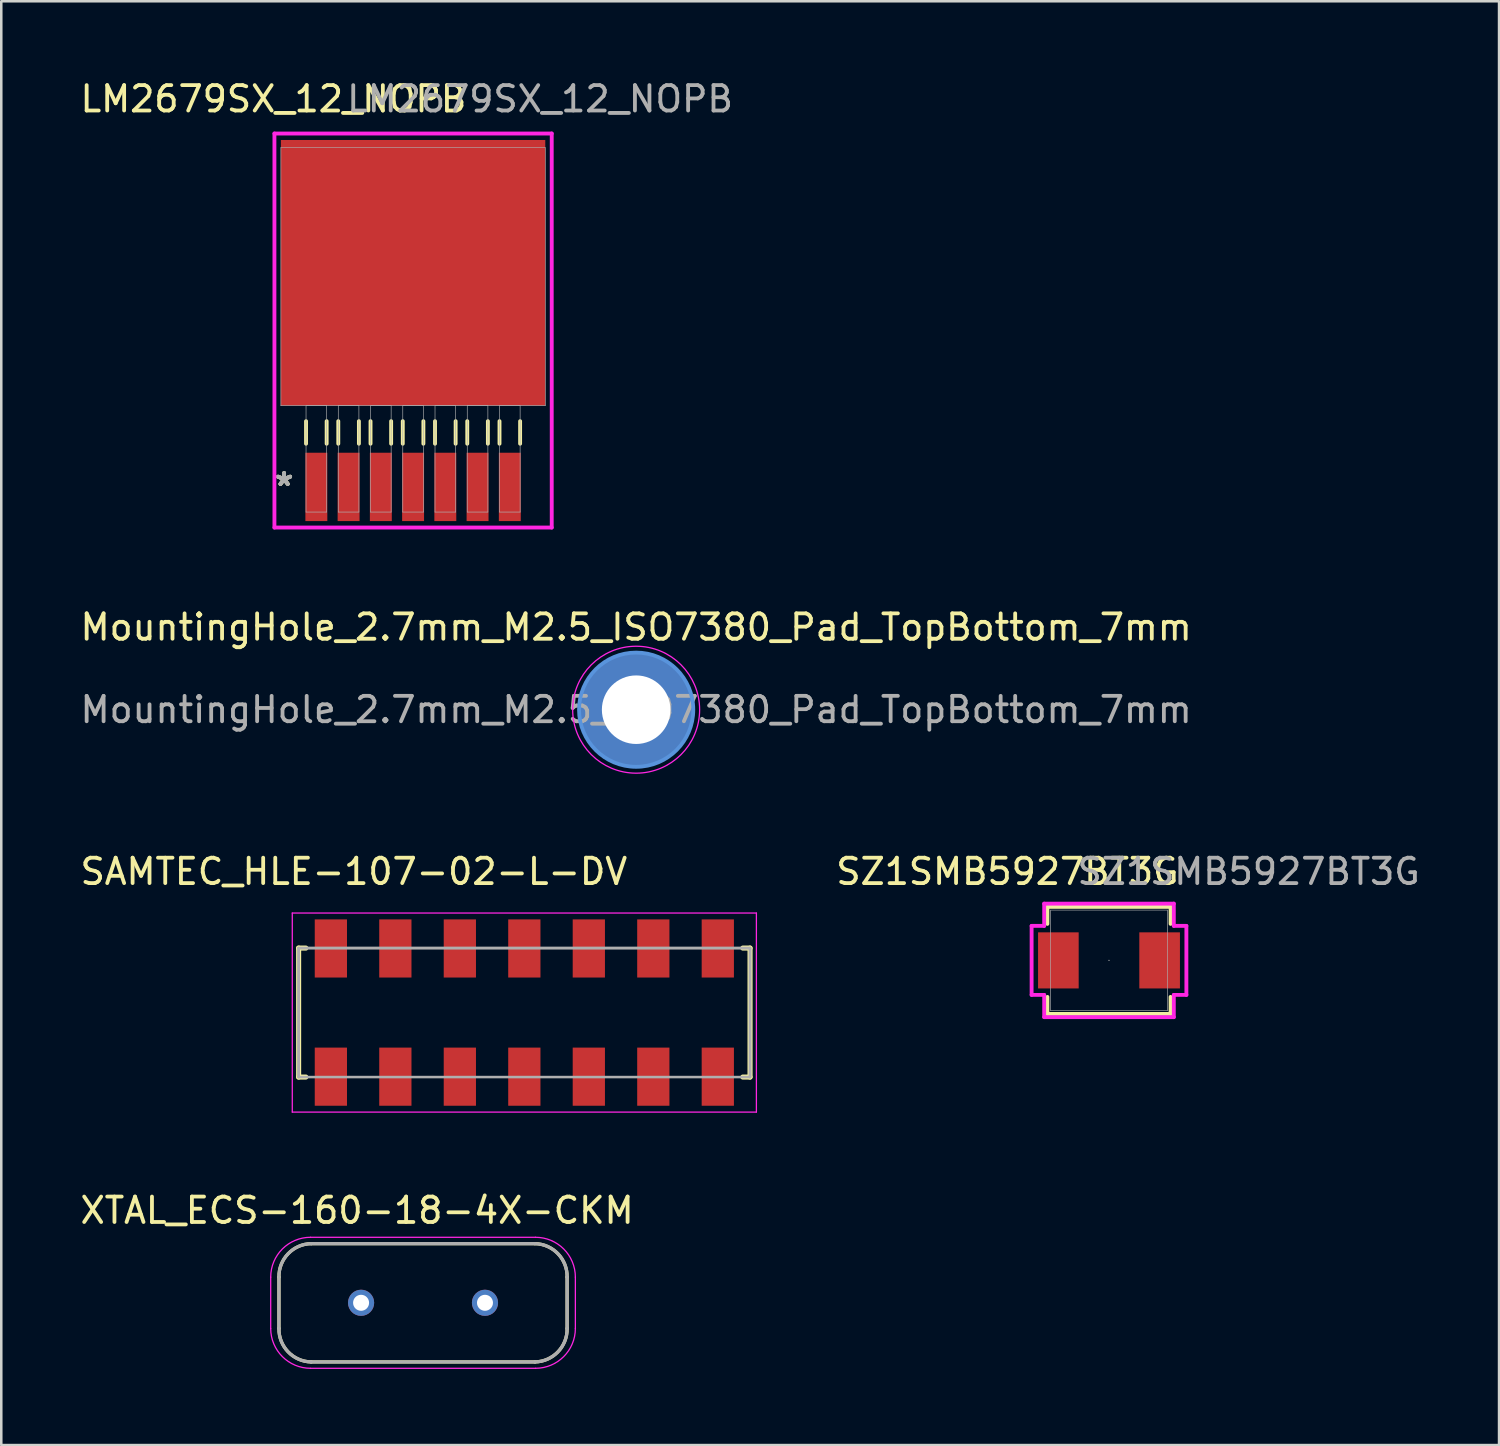
<source format=kicad_pcb>
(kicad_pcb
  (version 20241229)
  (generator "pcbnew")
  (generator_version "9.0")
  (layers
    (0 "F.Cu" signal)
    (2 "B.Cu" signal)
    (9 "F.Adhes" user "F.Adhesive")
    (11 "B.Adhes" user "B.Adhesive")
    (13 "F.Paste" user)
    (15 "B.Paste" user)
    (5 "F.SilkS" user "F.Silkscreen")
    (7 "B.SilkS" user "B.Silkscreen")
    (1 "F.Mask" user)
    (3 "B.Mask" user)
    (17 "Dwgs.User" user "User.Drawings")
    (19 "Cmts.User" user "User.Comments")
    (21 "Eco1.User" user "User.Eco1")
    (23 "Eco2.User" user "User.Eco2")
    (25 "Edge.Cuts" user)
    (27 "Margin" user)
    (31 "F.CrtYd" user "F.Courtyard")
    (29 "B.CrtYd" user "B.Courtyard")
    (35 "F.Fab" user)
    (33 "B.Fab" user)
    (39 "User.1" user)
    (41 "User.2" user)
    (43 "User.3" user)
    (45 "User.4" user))
  (footprint "LM2679SX_12_NOPB"
    (layer "F.Cu")
    (at 13.22 7.848)
    (property "Reference" "LM2679SX_12_NOPB" (at -5.5 -7 0) (unlocked yes) (layer "F.SilkS") (effects (font (size 1 1) (thickness 0.15))))
    (attr smd)
    (fp_line (start -4.216 5.69) (end -4.216 6.579) (stroke (width 0.152) (type solid)) (layer "F.SilkS"))
    (fp_line (start -3.404 5.69) (end -3.404 6.579) (stroke (width 0.152) (type solid)) (layer "F.SilkS"))
    (fp_line (start -2.946 5.69) (end -2.946 6.579) (stroke (width 0.152) (type solid)) (layer "F.SilkS"))
    (fp_line (start -2.134 5.69) (end -2.134 6.579) (stroke (width 0.152) (type solid)) (layer "F.SilkS"))
    (fp_line (start -1.676 5.69) (end -1.676 6.579) (stroke (width 0.152) (type solid)) (layer "F.SilkS"))
    (fp_line (start -0.864 5.69) (end -0.864 6.579) (stroke (width 0.152) (type solid)) (layer "F.SilkS"))
    (fp_line (start -0.406 5.69) (end -0.406 6.579) (stroke (width 0.152) (type solid)) (layer "F.SilkS"))
    (fp_line (start 0.406 5.69) (end 0.406 6.579) (stroke (width 0.152) (type solid)) (layer "F.SilkS"))
    (fp_line (start 0.864 5.69) (end 0.864 6.579) (stroke (width 0.152) (type solid)) (layer "F.SilkS"))
    (fp_line (start 1.676 5.69) (end 1.676 6.579) (stroke (width 0.152) (type solid)) (layer "F.SilkS"))
    (fp_line (start 2.134 5.69) (end 2.134 6.579) (stroke (width 0.152) (type solid)) (layer "F.SilkS"))
    (fp_line (start 2.946 5.69) (end 2.946 6.579) (stroke (width 0.152) (type solid)) (layer "F.SilkS"))
    (fp_line (start 3.404 5.69) (end 3.404 6.579) (stroke (width 0.152) (type solid)) (layer "F.SilkS"))
    (fp_line (start 4.216 5.69) (end 4.216 6.579) (stroke (width 0.152) (type solid)) (layer "F.SilkS"))
    (fp_line (start -5.461 -5.639) (end 5.461 -5.639) (stroke (width 0.152) (type solid)) (layer "F.CrtYd"))
    (fp_line (start -5.461 9.881) (end -5.461 -5.639) (stroke (width 0.152) (type solid)) (layer "F.CrtYd"))
    (fp_line (start 5.461 -5.639) (end 5.461 9.881) (stroke (width 0.152) (type solid)) (layer "F.CrtYd"))
    (fp_line (start 5.461 9.881) (end -5.461 9.881) (stroke (width 0.152) (type solid)) (layer "F.CrtYd"))
    (fp_line (start -5.207 -5.08) (end -5.207 5.08) (stroke (width 0.025) (type solid)) (layer "F.Fab"))
    (fp_line (start -5.207 5.08) (end 5.207 5.08) (stroke (width 0.025) (type solid)) (layer "F.Fab"))
    (fp_line (start -4.216 5.08) (end -4.216 9.271) (stroke (width 0.025) (type solid)) (layer "F.Fab"))
    (fp_line (start -4.216 9.271) (end -3.404 9.271) (stroke (width 0.025) (type solid)) (layer "F.Fab"))
    (fp_line (start -3.404 5.08) (end -4.216 5.08) (stroke (width 0.025) (type solid)) (layer "F.Fab"))
    (fp_line (start -3.404 9.271) (end -3.404 5.08) (stroke (width 0.025) (type solid)) (layer "F.Fab"))
    (fp_line (start -2.946 5.08) (end -2.946 9.271) (stroke (width 0.025) (type solid)) (layer "F.Fab"))
    (fp_line (start -2.946 9.271) (end -2.134 9.271) (stroke (width 0.025) (type solid)) (layer "F.Fab"))
    (fp_line (start -2.134 5.08) (end -2.946 5.08) (stroke (width 0.025) (type solid)) (layer "F.Fab"))
    (fp_line (start -2.134 9.271) (end -2.134 5.08) (stroke (width 0.025) (type solid)) (layer "F.Fab"))
    (fp_line (start -1.676 5.08) (end -1.676 9.271) (stroke (width 0.025) (type solid)) (layer "F.Fab"))
    (fp_line (start -1.676 9.271) (end -0.864 9.271) (stroke (width 0.025) (type solid)) (layer "F.Fab"))
    (fp_line (start -0.864 5.08) (end -1.676 5.08) (stroke (width 0.025) (type solid)) (layer "F.Fab"))
    (fp_line (start -0.864 9.271) (end -0.864 5.08) (stroke (width 0.025) (type solid)) (layer "F.Fab"))
    (fp_line (start -0.406 5.08) (end -0.406 9.271) (stroke (width 0.025) (type solid)) (layer "F.Fab"))
    (fp_line (start -0.406 9.271) (end 0.406 9.271) (stroke (width 0.025) (type solid)) (layer "F.Fab"))
    (fp_line (start 0.406 5.08) (end -0.406 5.08) (stroke (width 0.025) (type solid)) (layer "F.Fab"))
    (fp_line (start 0.406 9.271) (end 0.406 5.08) (stroke (width 0.025) (type solid)) (layer "F.Fab"))
    (fp_line (start 0.864 5.08) (end 0.864 9.271) (stroke (width 0.025) (type solid)) (layer "F.Fab"))
    (fp_line (start 0.864 9.271) (end 1.676 9.271) (stroke (width 0.025) (type solid)) (layer "F.Fab"))
    (fp_line (start 1.676 5.08) (end 0.864 5.08) (stroke (width 0.025) (type solid)) (layer "F.Fab"))
    (fp_line (start 1.676 9.271) (end 1.676 5.08) (stroke (width 0.025) (type solid)) (layer "F.Fab"))
    (fp_line (start 2.134 5.08) (end 2.134 9.271) (stroke (width 0.025) (type solid)) (layer "F.Fab"))
    (fp_line (start 2.134 9.271) (end 2.946 9.271) (stroke (width 0.025) (type solid)) (layer "F.Fab"))
    (fp_line (start 2.946 5.08) (end 2.134 5.08) (stroke (width 0.025) (type solid)) (layer "F.Fab"))
    (fp_line (start 2.946 9.271) (end 2.946 5.08) (stroke (width 0.025) (type solid)) (layer "F.Fab"))
    (fp_line (start 3.404 5.08) (end 3.404 9.271) (stroke (width 0.025) (type solid)) (layer "F.Fab"))
    (fp_line (start 3.404 9.271) (end 4.216 9.271) (stroke (width 0.025) (type solid)) (layer "F.Fab"))
    (fp_line (start 4.216 5.08) (end 3.404 5.08) (stroke (width 0.025) (type solid)) (layer "F.Fab"))
    (fp_line (start 4.216 9.271) (end 4.216 5.08) (stroke (width 0.025) (type solid)) (layer "F.Fab"))
    (fp_line (start 5.207 -5.08) (end -5.207 -5.08) (stroke (width 0.025) (type solid)) (layer "F.Fab"))
    (fp_line (start 5.207 5.08) (end 5.207 -5.08) (stroke (width 0.025) (type solid)) (layer "F.Fab"))
    (fp_text user "*" (at -5.08 8.28 0) (unlocked yes) (layer "F.SilkS") (effects (font (size 1 1) (thickness 0.15))))
    (fp_text user "*" (at -5.08 8.28 0) (layer "F.SilkS") (effects (font (size 1 1) (thickness 0.15))))
    (fp_text user "${REFERENCE}" (at 5 -7 0) (unlocked yes) (layer "F.Fab") (effects (font (size 1 1) (thickness 0.15))))
    (fp_text user "*" (at -5.08 8.28 0) (unlocked yes) (layer "F.Fab") (effects (font (size 1 1) (thickness 0.15))))
    (fp_text user "*" (at -5.08 8.28 0) (layer "F.Fab") (effects (font (size 1 1) (thickness 0.15))))
    (pad "1" smd rect (at -3.81 8.28) (size 0.864 2.692) (layers "F.Cu" "F.Mask" "F.Paste"))
    (pad "2" smd rect (at -2.54 8.28) (size 0.864 2.692) (layers "F.Cu" "F.Mask" "F.Paste"))
    (pad "3" smd rect (at -1.27 8.28) (size 0.864 2.692) (layers "F.Cu" "F.Mask" "F.Paste"))
    (pad "4" smd rect (at 0 8.28) (size 0.864 2.692) (layers "F.Cu" "F.Mask" "F.Paste"))
    (pad "5" smd rect (at 1.27 8.28) (size 0.864 2.692) (layers "F.Cu" "F.Mask" "F.Paste"))
    (pad "6" smd rect (at 2.54 8.28) (size 0.864 2.692) (layers "F.Cu" "F.Mask" "F.Paste"))
    (pad "7" smd rect (at 3.81 8.28) (size 0.864 2.692) (layers "F.Cu" "F.Mask" "F.Paste"))
    (pad "8" smd rect (at 0 -0.152) (size 10.414 10.465) (layers "F.Cu" "F.Mask" "F.Paste")))
  (footprint "XTAL_ECS-160-18-4X-CKM"
    (layer "F.Cu")
    (at 13.612 48.263)
    (property "Reference" "XTAL_ECS-160-18-4X-CKM" (at -2.597 -3.638 0) (layer "F.SilkS") (effects (font (size 1.001 1.001) (thickness 0.15))))
    (attr through_hole)
    (fp_line (start -5.675 1.01) (end -5.675 -1.01) (stroke (width 0.127) (type solid)) (layer "F.SilkS"))
    (fp_line (start -4.405 -2.33) (end 4.405 -2.33) (stroke (width 0.127) (type solid)) (layer "F.SilkS"))
    (fp_line (start 4.405 2.33) (end -4.405 2.33) (stroke (width 0.127) (type solid)) (layer "F.SilkS"))
    (fp_line (start 5.675 -1.01) (end 5.675 1.01) (stroke (width 0.127) (type solid)) (layer "F.SilkS"))
    (fp_arc (start -5.675 -1.01) (mid -5.313381 -1.933026) (end -4.405 -2.33) (stroke (width 0.127) (type solid)) (layer "F.SilkS"))
    (fp_arc (start -4.405 2.33) (mid -5.313381 1.933026) (end -5.675 1.01) (stroke (width 0.127) (type solid)) (layer "F.SilkS"))
    (fp_arc (start 4.405 -2.33) (mid 5.313381 -1.933026) (end 5.675 -1.01) (stroke (width 0.127) (type solid)) (layer "F.SilkS"))
    (fp_arc (start 5.675 1.01) (mid 5.313381 1.933026) (end 4.405 2.33) (stroke (width 0.127) (type solid)) (layer "F.SilkS"))
    (fp_line (start -6 1.01) (end -6 -1.01) (stroke (width 0.05) (type solid)) (layer "F.CrtYd"))
    (fp_line (start -4.43 -2.58) (end 4.43 -2.58) (stroke (width 0.05) (type solid)) (layer "F.CrtYd"))
    (fp_line (start 4.43 2.58) (end -4.43 2.58) (stroke (width 0.05) (type solid)) (layer "F.CrtYd"))
    (fp_line (start 6 -1.01) (end 6 1.01) (stroke (width 0.05) (type solid)) (layer "F.CrtYd"))
    (fp_arc (start -6 -1.01) (mid -5.540158 -2.120158) (end -4.43 -2.58) (stroke (width 0.05) (type solid)) (layer "F.CrtYd"))
    (fp_arc (start -4.43 2.58) (mid -5.540158 2.120158) (end -6 1.01) (stroke (width 0.05) (type solid)) (layer "F.CrtYd"))
    (fp_arc (start 4.43 -2.58) (mid 5.540158 -2.120158) (end 6 -1.01) (stroke (width 0.05) (type solid)) (layer "F.CrtYd"))
    (fp_arc (start 6 1.01) (mid 5.540158 2.120158) (end 4.43 2.58) (stroke (width 0.05) (type solid)) (layer "F.CrtYd"))
    (fp_line (start -5.675 1.01) (end -5.675 -1.01) (stroke (width 0.127) (type solid)) (layer "F.Fab"))
    (fp_line (start -4.405 -2.33) (end 4.405 -2.33) (stroke (width 0.127) (type solid)) (layer "F.Fab"))
    (fp_line (start 4.405 2.33) (end -4.405 2.33) (stroke (width 0.127) (type solid)) (layer "F.Fab"))
    (fp_line (start 5.675 -1.01) (end 5.675 1.01) (stroke (width 0.127) (type solid)) (layer "F.Fab"))
    (fp_arc (start -5.675 -1.01) (mid -5.313381 -1.933026) (end -4.405 -2.33) (stroke (width 0.127) (type solid)) (layer "F.Fab"))
    (fp_arc (start -4.405 2.33) (mid -5.313381 1.933026) (end -5.675 1.01) (stroke (width 0.127) (type solid)) (layer "F.Fab"))
    (fp_arc (start 4.405 -2.33) (mid 5.313381 -1.933026) (end 5.675 -1.01) (stroke (width 0.127) (type solid)) (layer "F.Fab"))
    (fp_arc (start 5.675 1.01) (mid 5.313381 1.933026) (end 4.405 2.33) (stroke (width 0.127) (type solid)) (layer "F.Fab"))
    (pad "1" thru_hole circle (at -2.44 0) (size 1.03 1.03) (drill 0.63) (layers "*.Cu" "*.Mask"))
    (pad "2" thru_hole circle (at 2.44 0) (size 1.03 1.03) (drill 0.63) (layers "*.Cu" "*.Mask")))
  (footprint "MountingHole_2.7mm_M2.5_ISO7380_Pad_TopBottom_7mm"
    (layer "F.Cu")
    (at 22.006 24.903)
    (property "Reference" "MountingHole_2.7mm_M2.5_ISO7380_Pad_TopBottom_7mm" (at 0 -3.25 0) (layer "F.SilkS") (effects (font (size 1 1) (thickness 0.15))))
    (attr exclude_from_pos_files exclude_from_bom)
    (fp_circle (center 0 0) (end 2.25 0) (stroke (width 0.15) (type solid)) (fill no) (layer "Cmts.User"))
    (fp_circle (center 0 0) (end 2.5 0) (stroke (width 0.05) (type solid)) (fill no) (layer "F.CrtYd"))
    (fp_text user "${REFERENCE}" (at 0 0 0) (layer "F.Fab") (effects (font (size 1 1) (thickness 0.15))))
    (pad "1" thru_hole circle (at 0 0) (size 3.1 3.1) (drill 2.7) (layers "*.Cu" "*.Mask"))
    (pad "1" connect circle (at 0 0) (size 4.5 4.5) (layers "F.Cu" "F.Mask"))
    (pad "1" connect circle (at 0 0) (size 4.5 4.5) (layers "B.Cu" "B.Mask")))
  (footprint "SAMTEC_HLE-107-02-L-DV"
    (layer "F.Cu")
    (at 17.602 36.832)
    (property "Reference" "SAMTEC_HLE-107-02-L-DV" (at -6.715 -5.555 0) (layer "F.SilkS") (effects (font (size 1 1) (thickness 0.15))))
    (attr smd)
    (fp_line (start -8.89 -2.54) (end -8.605 -2.54) (stroke (width 0.2) (type solid)) (layer "F.SilkS"))
    (fp_line (start -8.89 2.54) (end -8.89 -2.54) (stroke (width 0.2) (type solid)) (layer "F.SilkS"))
    (fp_line (start -8.605 2.54) (end -8.89 2.54) (stroke (width 0.2) (type solid)) (layer "F.SilkS"))
    (fp_line (start 8.605 -2.54) (end 8.89 -2.54) (stroke (width 0.2) (type solid)) (layer "F.SilkS"))
    (fp_line (start 8.605 2.54) (end 8.89 2.54) (stroke (width 0.2) (type solid)) (layer "F.SilkS"))
    (fp_line (start 8.89 -2.54) (end 8.89 2.54) (stroke (width 0.2) (type solid)) (layer "F.SilkS"))
    (fp_line (start -9.14 -3.92) (end 9.14 -3.92) (stroke (width 0.05) (type solid)) (layer "F.CrtYd"))
    (fp_line (start -9.14 3.92) (end -9.14 -3.92) (stroke (width 0.05) (type solid)) (layer "F.CrtYd"))
    (fp_line (start 9.14 -3.92) (end 9.14 3.92) (stroke (width 0.05) (type solid)) (layer "F.CrtYd"))
    (fp_line (start 9.14 3.92) (end -9.14 3.92) (stroke (width 0.05) (type solid)) (layer "F.CrtYd"))
    (fp_line (start -8.89 -2.54) (end 8.89 -2.54) (stroke (width 0.1) (type solid)) (layer "F.Fab"))
    (fp_line (start -8.89 -2.54) (end 8.89 -2.54) (stroke (width 0.1) (type solid)) (layer "F.Fab"))
    (fp_line (start -8.89 2.54) (end -8.89 -2.54) (stroke (width 0.1) (type solid)) (layer "F.Fab"))
    (fp_line (start -8.89 2.54) (end -8.89 -2.54) (stroke (width 0.1) (type solid)) (layer "F.Fab"))
    (fp_line (start 8.89 -2.54) (end 8.89 2.54) (stroke (width 0.1) (type solid)) (layer "F.Fab"))
    (fp_line (start 8.89 -2.54) (end 8.89 2.54) (stroke (width 0.1) (type solid)) (layer "F.Fab"))
    (fp_line (start 8.89 2.54) (end -8.89 2.54) (stroke (width 0.1) (type solid)) (layer "F.Fab"))
    (pad "01" smd rect (at 7.62 2.525) (size 1.27 2.29) (layers "F.Cu" "F.Mask" "F.Paste"))
    (pad "02" smd rect (at 7.62 -2.525) (size 1.27 2.29) (layers "F.Cu" "F.Mask" "F.Paste"))
    (pad "03" smd rect (at 5.08 2.525) (size 1.27 2.29) (layers "F.Cu" "F.Mask" "F.Paste"))
    (pad "04" smd rect (at 5.08 -2.525) (size 1.27 2.29) (layers "F.Cu" "F.Mask" "F.Paste"))
    (pad "05" smd rect (at 2.54 2.525) (size 1.27 2.29) (layers "F.Cu" "F.Mask" "F.Paste"))
    (pad "06" smd rect (at 2.54 -2.525) (size 1.27 2.29) (layers "F.Cu" "F.Mask" "F.Paste"))
    (pad "07" smd rect (at 0 2.525) (size 1.27 2.29) (layers "F.Cu" "F.Mask" "F.Paste"))
    (pad "08" smd rect (at 0 -2.525) (size 1.27 2.29) (layers "F.Cu" "F.Mask" "F.Paste"))
    (pad "09" smd rect (at -2.54 2.525) (size 1.27 2.29) (layers "F.Cu" "F.Mask" "F.Paste"))
    (pad "10" smd rect (at -2.54 -2.525) (size 1.27 2.29) (layers "F.Cu" "F.Mask" "F.Paste"))
    (pad "11" smd rect (at -5.08 2.525) (size 1.27 2.29) (layers "F.Cu" "F.Mask" "F.Paste"))
    (pad "12" smd rect (at -5.08 -2.525) (size 1.27 2.29) (layers "F.Cu" "F.Mask" "F.Paste"))
    (pad "13" smd rect (at -7.62 2.525) (size 1.27 2.29) (layers "F.Cu" "F.Mask" "F.Paste"))
    (pad "14" smd rect (at -7.62 -2.525) (size 1.27 2.29) (layers "F.Cu" "F.Mask" "F.Paste")))
  (footprint "SZ1SMB5927BT3G"
    (layer "F.Cu")
    (at 40.63 34.777)
    (property "Reference" "SZ1SMB5927BT3G" (at -4 -3.5 0) (unlocked yes) (layer "F.SilkS") (effects (font (size 1 1) (thickness 0.15))))
    (attr smd)
    (fp_line (start -2.426 -2.108) (end -2.426 -1.438) (stroke (width 0.152) (type solid)) (layer "F.SilkS"))
    (fp_line (start -2.426 1.438) (end -2.426 2.108) (stroke (width 0.152) (type solid)) (layer "F.SilkS"))
    (fp_line (start -2.426 2.108) (end 2.426 2.108) (stroke (width 0.152) (type solid)) (layer "F.SilkS"))
    (fp_line (start 2.426 -2.108) (end -2.426 -2.108) (stroke (width 0.152) (type solid)) (layer "F.SilkS"))
    (fp_line (start 2.426 -1.438) (end 2.426 -2.108) (stroke (width 0.152) (type solid)) (layer "F.SilkS"))
    (fp_line (start 2.426 2.108) (end 2.426 1.438) (stroke (width 0.152) (type solid)) (layer "F.SilkS"))
    (fp_line (start -3.048 -1.359) (end -2.553 -1.359) (stroke (width 0.152) (type solid)) (layer "F.CrtYd"))
    (fp_line (start -3.048 1.359) (end -3.048 -1.359) (stroke (width 0.152) (type solid)) (layer "F.CrtYd"))
    (fp_line (start -3.048 1.359) (end -2.553 1.359) (stroke (width 0.152) (type solid)) (layer "F.CrtYd"))
    (fp_line (start -2.553 -2.235) (end 2.553 -2.235) (stroke (width 0.152) (type solid)) (layer "F.CrtYd"))
    (fp_line (start -2.553 -1.359) (end -2.553 -2.235) (stroke (width 0.152) (type solid)) (layer "F.CrtYd"))
    (fp_line (start -2.553 2.235) (end -2.553 1.359) (stroke (width 0.152) (type solid)) (layer "F.CrtYd"))
    (fp_line (start 2.553 -2.235) (end 2.553 -1.359) (stroke (width 0.152) (type solid)) (layer "F.CrtYd"))
    (fp_line (start 2.553 1.359) (end 2.553 2.235) (stroke (width 0.152) (type solid)) (layer "F.CrtYd"))
    (fp_line (start 2.553 2.235) (end -2.553 2.235) (stroke (width 0.152) (type solid)) (layer "F.CrtYd"))
    (fp_line (start 3.048 -1.359) (end 2.553 -1.359) (stroke (width 0.152) (type solid)) (layer "F.CrtYd"))
    (fp_line (start 3.048 -1.359) (end 3.048 1.359) (stroke (width 0.152) (type solid)) (layer "F.CrtYd"))
    (fp_line (start 3.048 1.359) (end 2.553 1.359) (stroke (width 0.152) (type solid)) (layer "F.CrtYd"))
    (fp_line (start -2.299 -1.981) (end -2.299 1.981) (stroke (width 0.025) (type solid)) (layer "F.Fab"))
    (fp_line (start -2.299 1.981) (end 2.299 1.981) (stroke (width 0.025) (type solid)) (layer "F.Fab"))
    (fp_line (start 2.299 -1.981) (end -2.299 -1.981) (stroke (width 0.025) (type solid)) (layer "F.Fab"))
    (fp_line (start 2.299 1.981) (end 2.299 -1.981) (stroke (width 0.025) (type solid)) (layer "F.Fab"))
    (fp_circle (center 0 0) (end 0 0) (stroke (width 0.025) (type solid)) (fill no) (layer "F.Fab"))
    (fp_text user "${REFERENCE}" (at 5.5 -3.5 0) (unlocked yes) (layer "F.Fab") (effects (font (size 1 1) (thickness 0.15))))
    (pad "1" smd rect (at -1.994 0) (size 1.6 2.21) (layers "F.Cu" "F.Mask" "F.Paste"))
    (pad "2" smd rect (at 1.994 0) (size 1.6 2.21) (layers "F.Cu" "F.Mask" "F.Paste")))
  (gr_rect
    (start -3 -3)
    (end 55.993 53.868)
    (stroke (width 0.1) (type default))
    (fill no)
    (layer "Edge.Cuts")))
</source>
